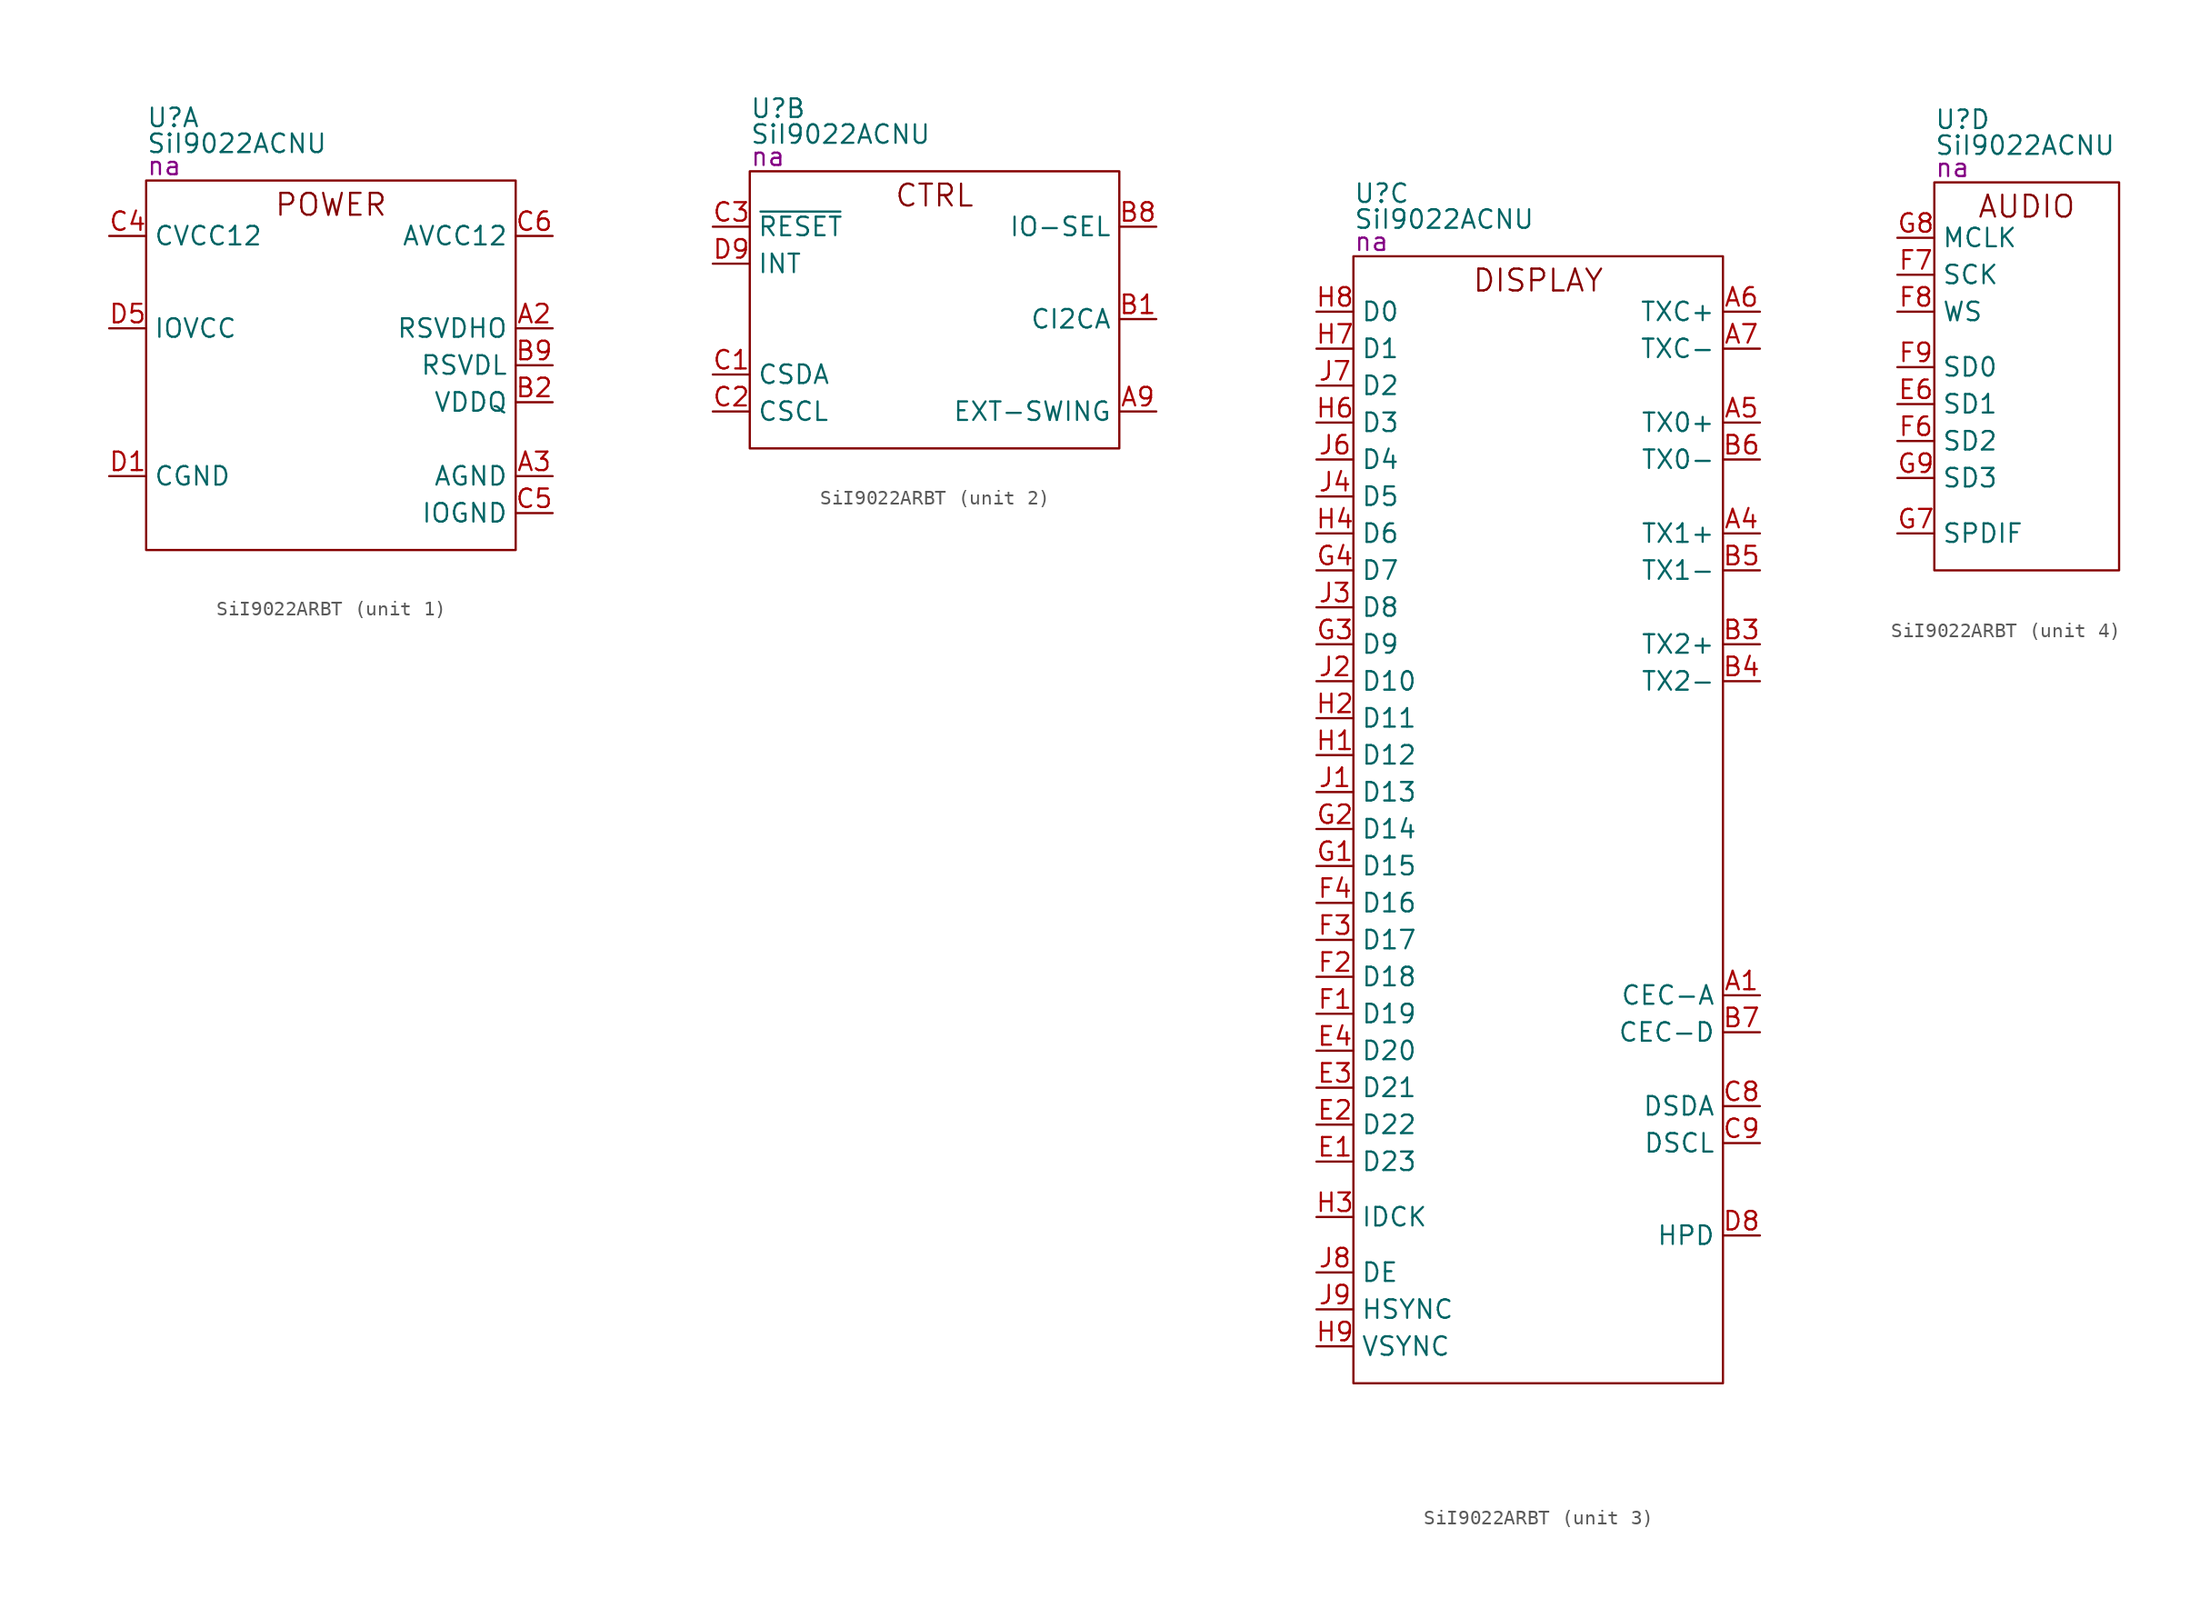
<source format=kicad_sym>
(kicad_symbol_lib
  (version 20231120)
  (generator "kicad_symbol_editor")
  (generator_version "8.0")
  (symbol "SiI9022ARBT"
    (property "Reference" "U"
      (at 0 4.318 0)
      (effects (font (size 1.27 1.27)) (justify left)))
    (property "Value" "SiI9022ACNU"
      (at 0 2.54 0)
      (effects (font (size 1.27 1.27)) (justify left)))
    (property "PartNumber" "na"
      (at 0 1.016 0)
      (effects (font (size 1.27 1.27)) (justify left)))
    (property "ki_locked" ""
      (at 0 0 0)
      (effects (font (size 1.27 1.27))))
    (symbol "SiI9022ARBT_1_0"
      (pin passive line (at 27.94 -10.16 180) (length 2.54) (name "RSVDHO" (effects (font (size 1.27 1.27)))) (number "A2" (effects (font (size 1.27 1.27)))))
      (pin power_in line (at 27.94 -20.32 180) (length 2.54) (name "AGND" (effects (font (size 1.27 1.27)))) (number "A3" (effects (font (size 1.27 1.27)))))
      (pin power_in line (at 27.94 -20.32 180) (length 2.54) hide (name "AGND" (effects (font (size 1.27 1.27)))) (number "A8" (effects (font (size 1.27 1.27)))))
      (pin passive line (at 27.94 -15.24 180) (length 2.54) (name "VDDQ" (effects (font (size 1.27 1.27)))) (number "B2" (effects (font (size 1.27 1.27)))))
      (pin passive line (at 27.94 -12.7 180) (length 2.54) (name "RSVDL" (effects (font (size 1.27 1.27)))) (number "B9" (effects (font (size 1.27 1.27)))))
      (pin power_in line (at -2.54 -3.81 0) (length 2.54) (name "CVCC12" (effects (font (size 1.27 1.27)))) (number "C4" (effects (font (size 1.27 1.27)))))
      (pin power_in line (at 27.94 -22.86 180) (length 2.54) (name "IOGND" (effects (font (size 1.27 1.27)))) (number "C5" (effects (font (size 1.27 1.27)))))
      (pin power_in line (at 27.94 -3.81 180) (length 2.54) (name "AVCC12" (effects (font (size 1.27 1.27)))) (number "C6" (effects (font (size 1.27 1.27)))))
      (pin power_in line (at 27.94 -3.81 180) (length 2.54) hide (name "AVCC12" (effects (font (size 1.27 1.27)))) (number "C7" (effects (font (size 1.27 1.27)))))
      (pin power_in line (at -2.54 -20.32 0) (length 2.54) (name "CGND" (effects (font (size 1.27 1.27)))) (number "D1" (effects (font (size 1.27 1.27)))))
      (pin power_in line (at -2.54 -20.32 0) (length 2.54) hide (name "CGND" (effects (font (size 1.27 1.27)))) (number "D2" (effects (font (size 1.27 1.27)))))
      (pin power_in line (at -2.54 -3.81 0) (length 2.54) hide (name "CVCC12" (effects (font (size 1.27 1.27)))) (number "D3" (effects (font (size 1.27 1.27)))))
      (pin power_in line (at 27.94 -22.86 180) (length 2.54) hide (name "IOGND" (effects (font (size 1.27 1.27)))) (number "D4" (effects (font (size 1.27 1.27)))))
      (pin power_in line (at -2.54 -10.16 0) (length 2.54) (name "IOVCC" (effects (font (size 1.27 1.27)))) (number "D5" (effects (font (size 1.27 1.27)))))
      (pin power_in line (at 27.94 -22.86 180) (length 2.54) hide (name "IOGND" (effects (font (size 1.27 1.27)))) (number "D6" (effects (font (size 1.27 1.27)))))
      (pin power_in line (at -2.54 -3.81 0) (length 2.54) hide (name "CVCC12" (effects (font (size 1.27 1.27)))) (number "D7" (effects (font (size 1.27 1.27)))))
      (pin power_in line (at -2.54 -10.16 0) (length 2.54) hide (name "IOVCC" (effects (font (size 1.27 1.27)))) (number "E5" (effects (font (size 1.27 1.27)))))
      (pin power_in line (at -2.54 -3.81 0) (length 2.54) hide (name "CVCC12" (effects (font (size 1.27 1.27)))) (number "E7" (effects (font (size 1.27 1.27)))))
      (pin power_in line (at -2.54 -10.16 0) (length 2.54) hide (name "IOVCC" (effects (font (size 1.27 1.27)))) (number "E8" (effects (font (size 1.27 1.27)))))
      (pin power_in line (at -2.54 -10.16 0) (length 2.54) hide (name "IOVCC" (effects (font (size 1.27 1.27)))) (number "E9" (effects (font (size 1.27 1.27)))))
      (pin power_in line (at -2.54 -3.81 0) (length 2.54) hide (name "CVCC12" (effects (font (size 1.27 1.27)))) (number "F5" (effects (font (size 1.27 1.27)))))
      (pin power_in line (at -2.54 -20.32 0) (length 2.54) hide (name "CGND" (effects (font (size 1.27 1.27)))) (number "G5" (effects (font (size 1.27 1.27)))))
      (pin power_in line (at -2.54 -3.81 0) (length 2.54) hide (name "CVCC12" (effects (font (size 1.27 1.27)))) (number "G6" (effects (font (size 1.27 1.27)))))
      (pin power_in line (at -2.54 -20.32 0) (length 2.54) hide (name "CGND" (effects (font (size 1.27 1.27)))) (number "H5" (effects (font (size 1.27 1.27)))))
      (pin power_in line (at -2.54 -20.32 0) (length 2.54) hide (name "CGND" (effects (font (size 1.27 1.27)))) (number "J5" (effects (font (size 1.27 1.27))))))
    (symbol "SiI9022ARBT_1_1"
      (rectangle (start 0 0) (end 25.4 -25.4) (stroke (width 0) (type default)) (fill (type none)))
      (text "POWER" (at 12.7 -2.54 0) (effects (font (size 1.5 1.5)) (justify bottom))))
    (symbol "SiI9022ARBT_2_0"
      (pin input line (at 27.94 -16.51 180) (length 2.54) (name "EXT-SWING" (effects (font (size 1.27 1.27)))) (number "A9" (effects (font (size 1.27 1.27)))))
      (pin input line (at 27.94 -10.16 180) (length 2.54) (name "CI2CA" (effects (font (size 1.27 1.27)))) (number "B1" (effects (font (size 1.27 1.27)))))
      (pin input line (at 27.94 -3.81 180) (length 2.54) (name "IO-SEL" (effects (font (size 1.27 1.27)))) (number "B8" (effects (font (size 1.27 1.27)))))
      (pin bidirectional line (at -2.54 -13.97 0) (length 2.54) (name "CSDA" (effects (font (size 1.27 1.27)))) (number "C1" (effects (font (size 1.27 1.27)))))
      (pin input line (at -2.54 -16.51 0) (length 2.54) (name "CSCL" (effects (font (size 1.27 1.27)))) (number "C2" (effects (font (size 1.27 1.27)))))
      (pin input line (at -2.54 -3.81 0) (length 2.54) (name "~{RESET}" (effects (font (size 1.27 1.27)))) (number "C3" (effects (font (size 1.27 1.27)))))
      (pin output line (at -2.54 -6.35 0) (length 2.54) (name "INT" (effects (font (size 1.27 1.27)))) (number "D9" (effects (font (size 1.27 1.27))))))
    (symbol "SiI9022ARBT_2_1"
      (rectangle (start 0 0) (end 25.4 -19.05) (stroke (width 0) (type default)) (fill (type none)))
      (text "CTRL" (at 12.7 -2.54 0) (effects (font (size 1.5 1.5)) (justify bottom))))
    (symbol "SiI9022ARBT_3_0"
      (pin bidirectional line (at 27.94 -50.8 180) (length 2.54) (name "CEC-A" (effects (font (size 1.27 1.27)))) (number "A1" (effects (font (size 1.27 1.27)))))
      (pin bidirectional line (at 27.94 -19.05 180) (length 2.54) (name "TX1+" (effects (font (size 1.27 1.27)))) (number "A4" (effects (font (size 1.27 1.27)))))
      (pin bidirectional line (at 27.94 -11.43 180) (length 2.54) (name "TX0+" (effects (font (size 1.27 1.27)))) (number "A5" (effects (font (size 1.27 1.27)))))
      (pin bidirectional line (at 27.94 -3.81 180) (length 2.54) (name "TXC+" (effects (font (size 1.27 1.27)))) (number "A6" (effects (font (size 1.27 1.27)))))
      (pin bidirectional line (at 27.94 -6.35 180) (length 2.54) (name "TXC-" (effects (font (size 1.27 1.27)))) (number "A7" (effects (font (size 1.27 1.27)))))
      (pin bidirectional line (at 27.94 -26.67 180) (length 2.54) (name "TX2+" (effects (font (size 1.27 1.27)))) (number "B3" (effects (font (size 1.27 1.27)))))
      (pin bidirectional line (at 27.94 -29.21 180) (length 2.54) (name "TX2-" (effects (font (size 1.27 1.27)))) (number "B4" (effects (font (size 1.27 1.27)))))
      (pin bidirectional line (at 27.94 -21.59 180) (length 2.54) (name "TX1-" (effects (font (size 1.27 1.27)))) (number "B5" (effects (font (size 1.27 1.27)))))
      (pin bidirectional line (at 27.94 -13.97 180) (length 2.54) (name "TX0-" (effects (font (size 1.27 1.27)))) (number "B6" (effects (font (size 1.27 1.27)))))
      (pin bidirectional line (at 27.94 -53.34 180) (length 2.54) (name "CEC-D" (effects (font (size 1.27 1.27)))) (number "B7" (effects (font (size 1.27 1.27)))))
      (pin bidirectional line (at 27.94 -58.42 180) (length 2.54) (name "DSDA" (effects (font (size 1.27 1.27)))) (number "C8" (effects (font (size 1.27 1.27)))))
      (pin bidirectional line (at 27.94 -60.96 180) (length 2.54) (name "DSCL" (effects (font (size 1.27 1.27)))) (number "C9" (effects (font (size 1.27 1.27)))))
      (pin input line (at 27.94 -67.31 180) (length 2.54) (name "HPD" (effects (font (size 1.27 1.27)))) (number "D8" (effects (font (size 1.27 1.27)))))
      (pin input line (at -2.54 -62.23 0) (length 2.54) (name "D23" (effects (font (size 1.27 1.27)))) (number "E1" (effects (font (size 1.27 1.27)))))
      (pin input line (at -2.54 -59.69 0) (length 2.54) (name "D22" (effects (font (size 1.27 1.27)))) (number "E2" (effects (font (size 1.27 1.27)))))
      (pin input line (at -2.54 -57.15 0) (length 2.54) (name "D21" (effects (font (size 1.27 1.27)))) (number "E3" (effects (font (size 1.27 1.27)))))
      (pin input line (at -2.54 -54.61 0) (length 2.54) (name "D20" (effects (font (size 1.27 1.27)))) (number "E4" (effects (font (size 1.27 1.27)))))
      (pin input line (at -2.54 -52.07 0) (length 2.54) (name "D19" (effects (font (size 1.27 1.27)))) (number "F1" (effects (font (size 1.27 1.27)))))
      (pin input line (at -2.54 -49.53 0) (length 2.54) (name "D18" (effects (font (size 1.27 1.27)))) (number "F2" (effects (font (size 1.27 1.27)))))
      (pin input line (at -2.54 -46.99 0) (length 2.54) (name "D17" (effects (font (size 1.27 1.27)))) (number "F3" (effects (font (size 1.27 1.27)))))
      (pin input line (at -2.54 -44.45 0) (length 2.54) (name "D16" (effects (font (size 1.27 1.27)))) (number "F4" (effects (font (size 1.27 1.27)))))
      (pin input line (at -2.54 -41.91 0) (length 2.54) (name "D15" (effects (font (size 1.27 1.27)))) (number "G1" (effects (font (size 1.27 1.27)))))
      (pin input line (at -2.54 -39.37 0) (length 2.54) (name "D14" (effects (font (size 1.27 1.27)))) (number "G2" (effects (font (size 1.27 1.27)))))
      (pin input line (at -2.54 -26.67 0) (length 2.54) (name "D9" (effects (font (size 1.27 1.27)))) (number "G3" (effects (font (size 1.27 1.27)))))
      (pin input line (at -2.54 -21.59 0) (length 2.54) (name "D7" (effects (font (size 1.27 1.27)))) (number "G4" (effects (font (size 1.27 1.27)))))
      (pin input line (at -2.54 -34.29 0) (length 2.54) (name "D12" (effects (font (size 1.27 1.27)))) (number "H1" (effects (font (size 1.27 1.27)))))
      (pin input line (at -2.54 -31.75 0) (length 2.54) (name "D11" (effects (font (size 1.27 1.27)))) (number "H2" (effects (font (size 1.27 1.27)))))
      (pin input line (at -2.54 -66.04 0) (length 2.54) (name "IDCK" (effects (font (size 1.27 1.27)))) (number "H3" (effects (font (size 1.27 1.27)))))
      (pin input line (at -2.54 -19.05 0) (length 2.54) (name "D6" (effects (font (size 1.27 1.27)))) (number "H4" (effects (font (size 1.27 1.27)))))
      (pin input line (at -2.54 -11.43 0) (length 2.54) (name "D3" (effects (font (size 1.27 1.27)))) (number "H6" (effects (font (size 1.27 1.27)))))
      (pin input line (at -2.54 -6.35 0) (length 2.54) (name "D1" (effects (font (size 1.27 1.27)))) (number "H7" (effects (font (size 1.27 1.27)))))
      (pin input line (at -2.54 -3.81 0) (length 2.54) (name "D0" (effects (font (size 1.27 1.27)))) (number "H8" (effects (font (size 1.27 1.27)))))
      (pin input line (at -2.54 -74.93 0) (length 2.54) (name "VSYNC" (effects (font (size 1.27 1.27)))) (number "H9" (effects (font (size 1.27 1.27)))))
      (pin input line (at -2.54 -36.83 0) (length 2.54) (name "D13" (effects (font (size 1.27 1.27)))) (number "J1" (effects (font (size 1.27 1.27)))))
      (pin input line (at -2.54 -29.21 0) (length 2.54) (name "D10" (effects (font (size 1.27 1.27)))) (number "J2" (effects (font (size 1.27 1.27)))))
      (pin input line (at -2.54 -24.13 0) (length 2.54) (name "D8" (effects (font (size 1.27 1.27)))) (number "J3" (effects (font (size 1.27 1.27)))))
      (pin input line (at -2.54 -16.51 0) (length 2.54) (name "D5" (effects (font (size 1.27 1.27)))) (number "J4" (effects (font (size 1.27 1.27)))))
      (pin input line (at -2.54 -13.97 0) (length 2.54) (name "D4" (effects (font (size 1.27 1.27)))) (number "J6" (effects (font (size 1.27 1.27)))))
      (pin input line (at -2.54 -8.89 0) (length 2.54) (name "D2" (effects (font (size 1.27 1.27)))) (number "J7" (effects (font (size 1.27 1.27)))))
      (pin input line (at -2.54 -69.85 0) (length 2.54) (name "DE" (effects (font (size 1.27 1.27)))) (number "J8" (effects (font (size 1.27 1.27)))))
      (pin input line (at -2.54 -72.39 0) (length 2.54) (name "HSYNC" (effects (font (size 1.27 1.27)))) (number "J9" (effects (font (size 1.27 1.27))))))
    (symbol "SiI9022ARBT_3_1"
      (rectangle (start 0 0) (end 25.4 -77.47) (stroke (width 0) (type default)) (fill (type none)))
      (text "DISPLAY" (at 12.7 -2.54 0) (effects (font (size 1.5 1.5)) (justify bottom))))
    (symbol "SiI9022ARBT_4_0"
      (pin input line (at -2.54 -15.24 0) (length 2.54) (name "SD1" (effects (font (size 1.27 1.27)))) (number "E6" (effects (font (size 1.27 1.27)))))
      (pin input line (at -2.54 -17.78 0) (length 2.54) (name "SD2" (effects (font (size 1.27 1.27)))) (number "F6" (effects (font (size 1.27 1.27)))))
      (pin input line (at -2.54 -6.35 0) (length 2.54) (name "SCK" (effects (font (size 1.27 1.27)))) (number "F7" (effects (font (size 1.27 1.27)))))
      (pin input line (at -2.54 -8.89 0) (length 2.54) (name "WS" (effects (font (size 1.27 1.27)))) (number "F8" (effects (font (size 1.27 1.27)))))
      (pin input line (at -2.54 -12.7 0) (length 2.54) (name "SD0" (effects (font (size 1.27 1.27)))) (number "F9" (effects (font (size 1.27 1.27)))))
      (pin input line (at -2.54 -24.13 0) (length 2.54) (name "SPDIF" (effects (font (size 1.27 1.27)))) (number "G7" (effects (font (size 1.27 1.27)))))
      (pin input line (at -2.54 -3.81 0) (length 2.54) (name "MCLK" (effects (font (size 1.27 1.27)))) (number "G8" (effects (font (size 1.27 1.27)))))
      (pin input line (at -2.54 -20.32 0) (length 2.54) (name "SD3" (effects (font (size 1.27 1.27)))) (number "G9" (effects (font (size 1.27 1.27))))))
    (symbol "SiI9022ARBT_4_1"
      (rectangle (start 0 0) (end 12.7 -26.67) (stroke (width 0) (type default)) (fill (type none)))
      (text "AUDIO" (at 6.35 -2.54 0) (effects (font (size 1.5 1.5)) (justify bottom))))))
</source>
